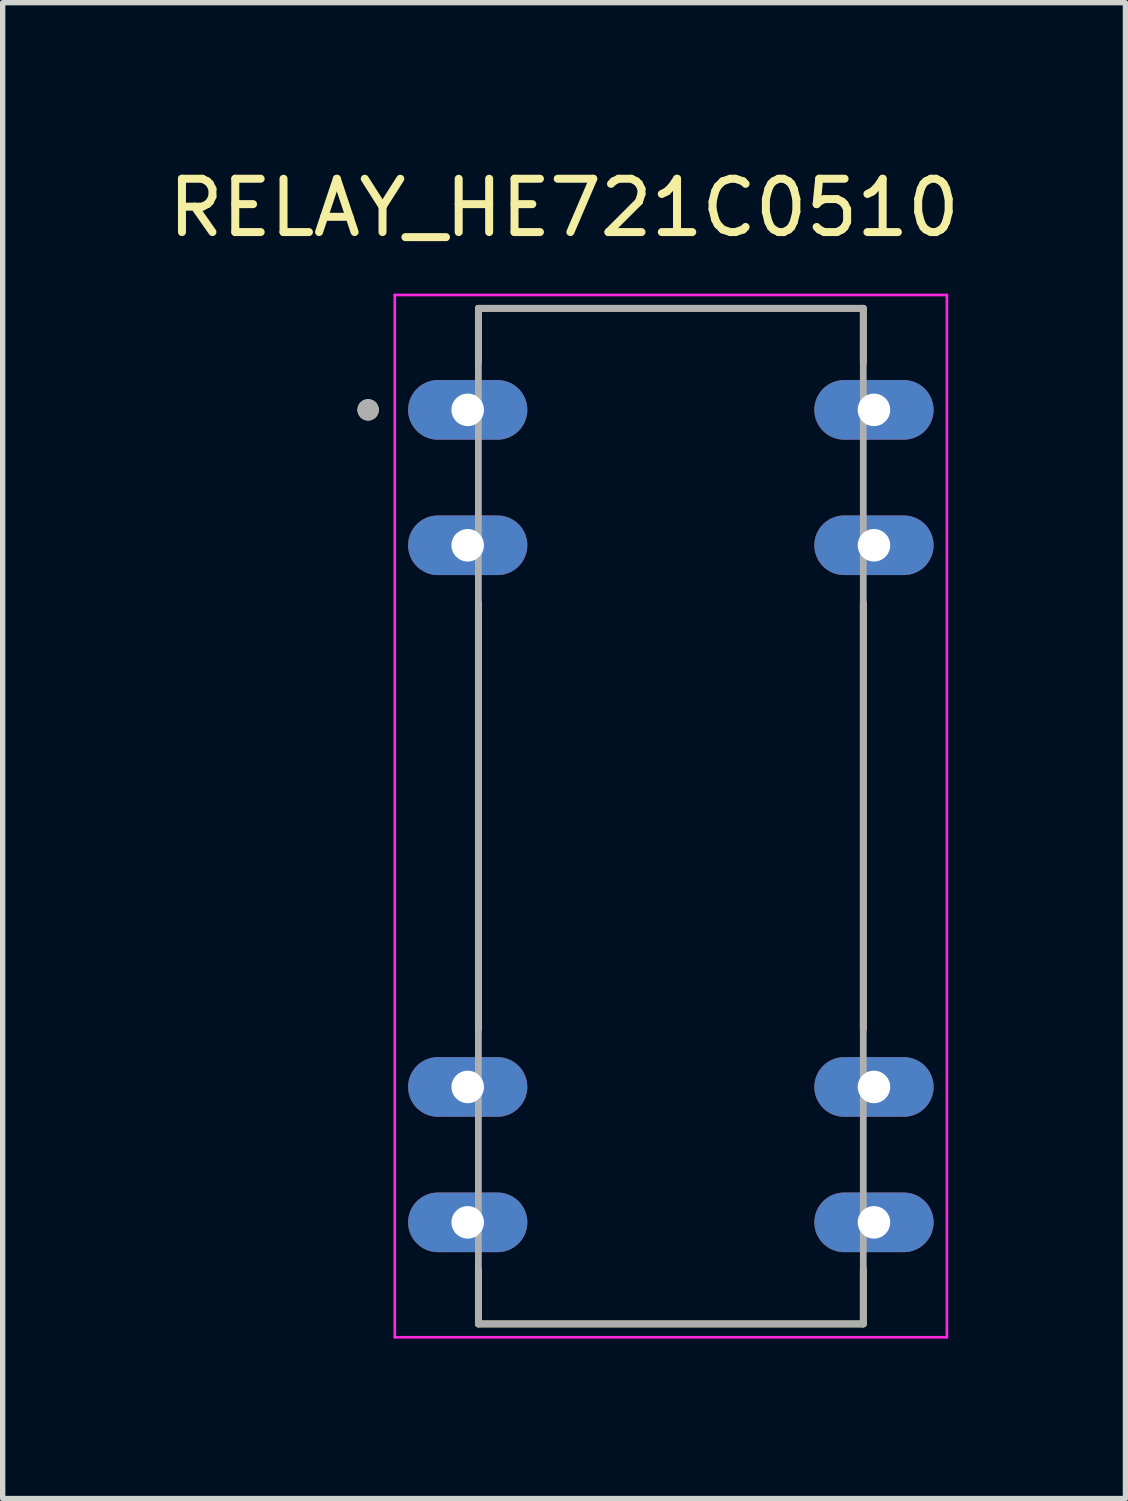
<source format=kicad_pcb>
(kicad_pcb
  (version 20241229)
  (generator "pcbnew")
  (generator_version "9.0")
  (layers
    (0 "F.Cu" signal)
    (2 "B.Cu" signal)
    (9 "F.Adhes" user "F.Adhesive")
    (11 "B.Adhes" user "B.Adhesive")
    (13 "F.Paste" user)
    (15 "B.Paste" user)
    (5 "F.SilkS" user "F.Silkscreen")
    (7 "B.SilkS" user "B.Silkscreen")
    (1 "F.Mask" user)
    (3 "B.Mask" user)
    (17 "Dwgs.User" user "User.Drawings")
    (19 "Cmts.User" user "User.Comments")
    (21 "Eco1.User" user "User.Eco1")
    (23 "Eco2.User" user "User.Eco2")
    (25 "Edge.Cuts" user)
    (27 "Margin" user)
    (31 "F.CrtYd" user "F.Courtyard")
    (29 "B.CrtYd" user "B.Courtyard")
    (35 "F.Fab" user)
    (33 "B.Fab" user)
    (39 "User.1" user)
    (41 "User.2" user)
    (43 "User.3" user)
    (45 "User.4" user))
  (footprint "RELAY_HE721C0510"
    (layer "F.Cu")
    (at 9.533 12.258)
    (property "Reference" "RELAY_HE721C0510" (at -2.003 -11.41 0) (layer "F.SilkS") (effects (font (size 1 1) (thickness 0.15))))
    (attr through_hole)
    (fp_line (start -3.61 -9.525) (end 3.61 -9.525) (stroke (width 0.127) (type solid)) (layer "F.SilkS"))
    (fp_line (start -3.61 -8.499) (end -3.61 -9.525) (stroke (width 0.127) (type solid)) (layer "F.SilkS"))
    (fp_line (start -3.61 -4) (end -3.61 4) (stroke (width 0.127) (type solid)) (layer "F.SilkS"))
    (fp_line (start -3.61 9.525) (end -3.61 8.499) (stroke (width 0.127) (type solid)) (layer "F.SilkS"))
    (fp_line (start 3.61 -9.525) (end 3.61 -8.499) (stroke (width 0.127) (type solid)) (layer "F.SilkS"))
    (fp_line (start 3.61 -4) (end 3.61 4) (stroke (width 0.127) (type solid)) (layer "F.SilkS"))
    (fp_line (start 3.61 9.525) (end -3.61 9.525) (stroke (width 0.127) (type solid)) (layer "F.SilkS"))
    (fp_line (start 3.61 9.525) (end 3.61 8.499) (stroke (width 0.127) (type solid)) (layer "F.SilkS"))
    (fp_circle (center -5.678 -7.62) (end -5.578 -7.62) (stroke (width 0.2) (type solid)) (fill no) (layer "F.SilkS"))
    (fp_line (start -5.178 -9.775) (end -5.178 9.775) (stroke (width 0.05) (type solid)) (layer "F.CrtYd"))
    (fp_line (start -5.178 9.775) (end 5.178 9.775) (stroke (width 0.05) (type solid)) (layer "F.CrtYd"))
    (fp_line (start 5.178 -9.775) (end -5.178 -9.775) (stroke (width 0.05) (type solid)) (layer "F.CrtYd"))
    (fp_line (start 5.178 9.775) (end 5.178 -9.775) (stroke (width 0.05) (type solid)) (layer "F.CrtYd"))
    (fp_line (start -3.61 -9.525) (end 3.61 -9.525) (stroke (width 0.127) (type solid)) (layer "F.Fab"))
    (fp_line (start -3.61 9.525) (end -3.61 -9.525) (stroke (width 0.127) (type solid)) (layer "F.Fab"))
    (fp_line (start 3.61 -9.525) (end 3.61 9.525) (stroke (width 0.127) (type solid)) (layer "F.Fab"))
    (fp_line (start 3.61 9.525) (end -3.61 9.525) (stroke (width 0.127) (type solid)) (layer "F.Fab"))
    (fp_circle (center -5.678 -7.62) (end -5.578 -7.62) (stroke (width 0.2) (type solid)) (fill no) (layer "F.Fab"))
    (pad "1" thru_hole oval (at -3.81 -7.62) (size 2.236 1.118) (drill 0.61) (layers "*.Cu" "*.Mask"))
    (pad "2" thru_hole oval (at -3.81 -5.08) (size 2.236 1.118) (drill 0.61) (layers "*.Cu" "*.Mask"))
    (pad "6" thru_hole oval (at -3.81 5.08) (size 2.236 1.118) (drill 0.61) (layers "*.Cu" "*.Mask"))
    (pad "7" thru_hole oval (at -3.81 7.62) (size 2.236 1.118) (drill 0.61) (layers "*.Cu" "*.Mask"))
    (pad "8" thru_hole oval (at 3.81 7.62) (size 2.236 1.118) (drill 0.61) (layers "*.Cu" "*.Mask"))
    (pad "9" thru_hole oval (at 3.81 5.08) (size 2.236 1.118) (drill 0.61) (layers "*.Cu" "*.Mask"))
    (pad "13" thru_hole oval (at 3.81 -5.08) (size 2.236 1.118) (drill 0.61) (layers "*.Cu" "*.Mask"))
    (pad "14" thru_hole oval (at 3.81 -7.62) (size 2.236 1.118) (drill 0.61) (layers "*.Cu" "*.Mask")))
  (gr_rect
    (start -3 -3)
    (end 18.06 25.058)
    (stroke (width 0.1) (type default))
    (fill no)
    (layer "Edge.Cuts")))
</source>
